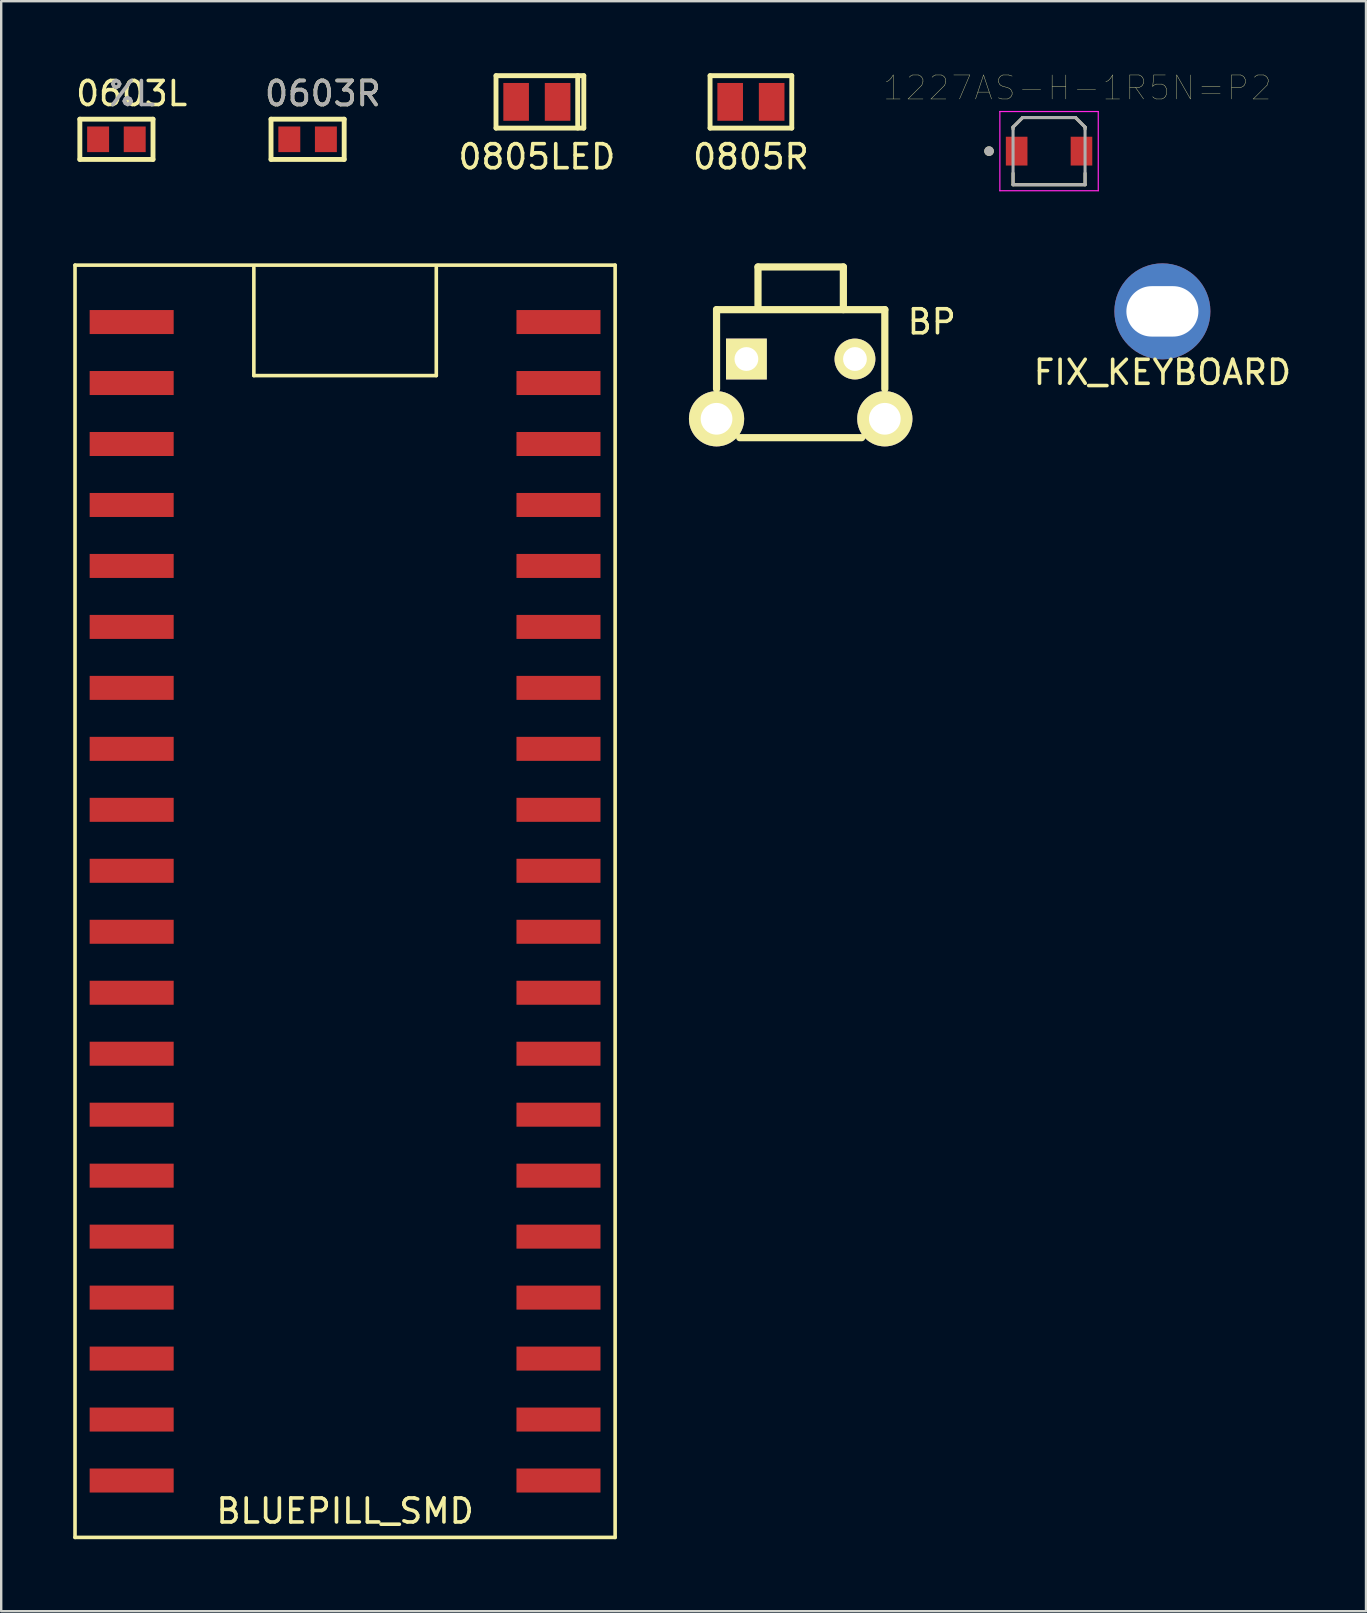
<source format=kicad_pcb>
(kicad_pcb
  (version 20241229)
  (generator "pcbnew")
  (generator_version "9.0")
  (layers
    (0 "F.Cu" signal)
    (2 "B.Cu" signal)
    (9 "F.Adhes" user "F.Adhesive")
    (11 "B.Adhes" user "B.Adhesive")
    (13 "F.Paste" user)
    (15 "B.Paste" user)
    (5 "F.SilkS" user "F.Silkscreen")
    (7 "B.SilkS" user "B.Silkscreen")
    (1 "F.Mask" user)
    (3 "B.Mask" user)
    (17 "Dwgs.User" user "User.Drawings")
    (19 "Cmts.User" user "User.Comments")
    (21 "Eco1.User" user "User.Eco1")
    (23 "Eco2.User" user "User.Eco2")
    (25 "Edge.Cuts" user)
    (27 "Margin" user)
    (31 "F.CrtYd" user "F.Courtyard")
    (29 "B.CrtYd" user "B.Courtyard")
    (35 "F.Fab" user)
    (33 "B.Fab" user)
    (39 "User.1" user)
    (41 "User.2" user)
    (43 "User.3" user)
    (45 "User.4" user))
  (footprint "BP"
    (layer "F.Cu")
    (at 30.305 13.151)
    (property "Reference" "BP" (at 5.461 -2.794 0) (layer "F.SilkS") (effects (font (size 1 1) (thickness 0.15))))
    (attr through_hole)
    (fp_line (start -3.505 -3.302) (end -3.505 0) (stroke (width 0.3) (type solid)) (layer "F.SilkS"))
    (fp_line (start -3.505 -3.302) (end 3.505 -3.302) (stroke (width 0.3) (type solid)) (layer "F.SilkS"))
    (fp_line (start -2.54 2.032) (end 2.54 2.032) (stroke (width 0.3) (type solid)) (layer "F.SilkS"))
    (fp_line (start -1.778 -5.08) (end -1.778 -3.327) (stroke (width 0.3) (type solid)) (layer "F.SilkS"))
    (fp_line (start -1.778 -5.08) (end 1.778 -5.08) (stroke (width 0.3) (type solid)) (layer "F.SilkS"))
    (fp_line (start 1.778 -5.08) (end 1.778 -3.302) (stroke (width 0.3) (type solid)) (layer "F.SilkS"))
    (fp_line (start 3.505 -3.302) (end 3.505 0) (stroke (width 0.3) (type solid)) (layer "F.SilkS"))
    (pad "1" thru_hole rect (at -2.261 -1.245) (size 1.7 1.7) (drill 0.991) (layers "*.Cu" "*.Mask" "F.SilkS"))
    (pad "2" thru_hole circle (at 2.261 -1.245) (size 1.7 1.7) (drill 0.991) (layers "*.Cu" "*.Mask" "F.SilkS"))
    (pad "3" thru_hole circle (at -3.505 1.245) (size 2.3 2.3) (drill 1.321) (layers "*.Cu" "*.Mask" "F.SilkS"))
    (pad "4" thru_hole circle (at 3.505 1.245) (size 2.3 2.3) (drill 1.321) (layers "*.Cu" "*.Mask" "F.SilkS")))
  (footprint "1227AS-H-1R5N=P2"
    (layer "F.Cu")
    (at 40.652 3.246)
    (property "Reference" "1227AS-H-1R5N=P2" (at 1.175 -2.635 0) (layer "F.SilkS") (effects (font (size 1 1) (thickness 0.015))))
    (attr through_hole)
    (fp_line (start -1.5 -1) (end -1.1 -1.4) (stroke (width 0.127) (type solid)) (layer "F.SilkS"))
    (fp_line (start -1.5 -0.92) (end -1.5 -1) (stroke (width 0.127) (type solid)) (layer "F.SilkS"))
    (fp_line (start -1.5 1.4) (end -1.5 0.92) (stroke (width 0.127) (type solid)) (layer "F.SilkS"))
    (fp_line (start -1.1 -1.4) (end 1.1 -1.4) (stroke (width 0.127) (type solid)) (layer "F.SilkS"))
    (fp_line (start 1.1 -1.4) (end 1.5 -1) (stroke (width 0.127) (type solid)) (layer "F.SilkS"))
    (fp_line (start 1.5 -1) (end 1.5 -0.92) (stroke (width 0.127) (type solid)) (layer "F.SilkS"))
    (fp_line (start 1.5 0.92) (end 1.5 1.4) (stroke (width 0.127) (type solid)) (layer "F.SilkS"))
    (fp_line (start 1.5 1.4) (end -1.5 1.4) (stroke (width 0.127) (type solid)) (layer "F.SilkS"))
    (fp_circle (center -2.5 0) (end -2.4 0) (stroke (width 0.2) (type solid)) (fill no) (layer "F.SilkS"))
    (fp_line (start -2.05 -1.65) (end 2.05 -1.65) (stroke (width 0.05) (type solid)) (layer "F.CrtYd"))
    (fp_line (start -2.05 1.65) (end -2.05 -1.65) (stroke (width 0.05) (type solid)) (layer "F.CrtYd"))
    (fp_line (start 2.05 -1.65) (end 2.05 1.65) (stroke (width 0.05) (type solid)) (layer "F.CrtYd"))
    (fp_line (start 2.05 1.65) (end -2.05 1.65) (stroke (width 0.05) (type solid)) (layer "F.CrtYd"))
    (fp_line (start -1.5 -1) (end -1.1 -1.4) (stroke (width 0.127) (type solid)) (layer "F.Fab"))
    (fp_line (start -1.5 1.4) (end -1.5 -1) (stroke (width 0.127) (type solid)) (layer "F.Fab"))
    (fp_line (start -1.1 -1.4) (end 1.1 -1.4) (stroke (width 0.127) (type solid)) (layer "F.Fab"))
    (fp_line (start 1.1 -1.4) (end 1.5 -1) (stroke (width 0.127) (type solid)) (layer "F.Fab"))
    (fp_line (start 1.5 -1) (end 1.5 1.4) (stroke (width 0.127) (type solid)) (layer "F.Fab"))
    (fp_line (start 1.5 1.4) (end -1.5 1.4) (stroke (width 0.127) (type solid)) (layer "F.Fab"))
    (fp_circle (center -2.5 0) (end -2.4 0) (stroke (width 0.2) (type solid)) (fill no) (layer "F.Fab"))
    (pad "1" smd rect (at -1.35 0) (size 0.9 1.2) (layers "F.Cu" "F.Mask" "F.Paste"))
    (pad "2" smd rect (at 1.35 0) (size 0.9 1.2) (layers "F.Cu" "F.Mask" "F.Paste")))
  (footprint "0805LED"
    (layer "F.Cu")
    (at 19.315 1.194)
    (property "Reference" "0805LED" (at 0 2.286 0) (layer "F.SilkS") (effects (font (size 1 1) (thickness 0.15))))
    (attr through_hole)
    (fp_line (start -1.702 -1.092) (end -1.702 1.092) (stroke (width 0.203) (type solid)) (layer "F.SilkS"))
    (fp_line (start -1.702 -1.092) (end 1.955 -1.092) (stroke (width 0.203) (type solid)) (layer "F.SilkS"))
    (fp_line (start -1.702 1.092) (end 1.955 1.092) (stroke (width 0.203) (type solid)) (layer "F.SilkS"))
    (fp_line (start 1.702 -1.092) (end 1.702 1.092) (stroke (width 0.203) (type solid)) (layer "F.SilkS"))
    (fp_line (start 1.955 -1.092) (end 1.955 1.092) (stroke (width 0.203) (type solid)) (layer "F.SilkS"))
    (pad "A" smd rect (at -0.864 0) (size 1.067 1.575) (layers "F.Cu" "F.Mask" "F.Paste"))
    (pad "K" smd rect (at 0.864 0) (size 1.067 1.575) (layers "F.Cu" "F.Mask" "F.Paste")))
  (footprint "BLUEPILL_SMD"
    (layer "F.Cu")
    (at 3.705 10.366)
    (property "Reference" "BLUEPILL_SMD" (at 7.62 49.53 0) (layer "F.SilkS") (effects (font (size 1 1) (thickness 0.15))))
    (attr through_hole)
    (fp_line (start -3.63 -2.37) (end 18.87 -2.37) (stroke (width 0.15) (type solid)) (layer "F.SilkS"))
    (fp_line (start -3.63 50.63) (end -3.63 -2.37) (stroke (width 0.15) (type solid)) (layer "F.SilkS"))
    (fp_line (start 3.82 -2.27) (end 3.82 2.23) (stroke (width 0.15) (type solid)) (layer "F.SilkS"))
    (fp_line (start 3.82 2.23) (end 11.42 2.23) (stroke (width 0.15) (type solid)) (layer "F.SilkS"))
    (fp_line (start 11.42 2.23) (end 11.42 -2.27) (stroke (width 0.15) (type solid)) (layer "F.SilkS"))
    (fp_line (start 18.87 -2.37) (end 18.87 50.63) (stroke (width 0.15) (type solid)) (layer "F.SilkS"))
    (fp_line (start 18.87 50.63) (end -3.63 50.63) (stroke (width 0.15) (type solid)) (layer "F.SilkS"))
    (pad "1" smd rect (at -1.27 0) (size 3.5 1) (layers "F.Cu" "F.Mask" "F.Paste"))
    (pad "2" smd rect (at -1.27 2.54) (size 3.5 1) (layers "F.Cu" "F.Mask" "F.Paste"))
    (pad "3" smd rect (at -1.27 5.08) (size 3.5 1) (layers "F.Cu" "F.Mask" "F.Paste"))
    (pad "4" smd rect (at -1.27 7.62) (size 3.5 1) (layers "F.Cu" "F.Mask" "F.Paste"))
    (pad "5" smd rect (at -1.27 10.16) (size 3.5 1) (layers "F.Cu" "F.Mask" "F.Paste"))
    (pad "6" smd rect (at -1.27 12.7) (size 3.5 1) (layers "F.Cu" "F.Mask" "F.Paste"))
    (pad "7" smd rect (at -1.27 15.24) (size 3.5 1) (layers "F.Cu" "F.Mask" "F.Paste"))
    (pad "8" smd rect (at -1.27 17.78) (size 3.5 1) (layers "F.Cu" "F.Mask" "F.Paste"))
    (pad "9" smd rect (at -1.27 20.32) (size 3.5 1) (layers "F.Cu" "F.Mask" "F.Paste"))
    (pad "10" smd rect (at -1.27 22.86) (size 3.5 1) (layers "F.Cu" "F.Mask" "F.Paste"))
    (pad "11" smd rect (at -1.27 25.4) (size 3.5 1) (layers "F.Cu" "F.Mask" "F.Paste"))
    (pad "12" smd rect (at -1.27 27.94) (size 3.5 1) (layers "F.Cu" "F.Mask" "F.Paste"))
    (pad "13" smd rect (at -1.27 30.48) (size 3.5 1) (layers "F.Cu" "F.Mask" "F.Paste"))
    (pad "14" smd rect (at -1.27 33.02) (size 3.5 1) (layers "F.Cu" "F.Mask" "F.Paste"))
    (pad "15" smd rect (at -1.27 35.56) (size 3.5 1) (layers "F.Cu" "F.Mask" "F.Paste"))
    (pad "16" smd rect (at -1.27 38.1) (size 3.5 1) (layers "F.Cu" "F.Mask" "F.Paste"))
    (pad "17" smd rect (at -1.27 40.64) (size 3.5 1) (layers "F.Cu" "F.Mask" "F.Paste"))
    (pad "18" smd rect (at -1.27 43.18) (size 3.5 1) (layers "F.Cu" "F.Mask" "F.Paste"))
    (pad "19" smd rect (at -1.27 45.72) (size 3.5 1) (layers "F.Cu" "F.Mask" "F.Paste"))
    (pad "20" smd rect (at -1.27 48.26) (size 3.5 1) (layers "F.Cu" "F.Mask" "F.Paste"))
    (pad "21" smd rect (at 16.51 48.26) (size 3.5 1) (layers "F.Cu" "F.Mask" "F.Paste"))
    (pad "22" smd rect (at 16.51 45.72) (size 3.5 1) (layers "F.Cu" "F.Mask" "F.Paste"))
    (pad "23" smd rect (at 16.51 43.18) (size 3.5 1) (layers "F.Cu" "F.Mask" "F.Paste"))
    (pad "24" smd rect (at 16.51 40.64) (size 3.5 1) (layers "F.Cu" "F.Mask" "F.Paste"))
    (pad "25" smd rect (at 16.51 38.1) (size 3.5 1) (layers "F.Cu" "F.Mask" "F.Paste"))
    (pad "26" smd rect (at 16.51 35.56) (size 3.5 1) (layers "F.Cu" "F.Mask" "F.Paste"))
    (pad "27" smd rect (at 16.51 33.02) (size 3.5 1) (layers "F.Cu" "F.Mask" "F.Paste"))
    (pad "28" smd rect (at 16.51 30.48) (size 3.5 1) (layers "F.Cu" "F.Mask" "F.Paste"))
    (pad "29" smd rect (at 16.51 27.94) (size 3.5 1) (layers "F.Cu" "F.Mask" "F.Paste"))
    (pad "30" smd rect (at 16.51 25.4) (size 3.5 1) (layers "F.Cu" "F.Mask" "F.Paste"))
    (pad "31" smd rect (at 16.51 22.86) (size 3.5 1) (layers "F.Cu" "F.Mask" "F.Paste"))
    (pad "32" smd rect (at 16.51 20.32) (size 3.5 1) (layers "F.Cu" "F.Mask" "F.Paste"))
    (pad "33" smd rect (at 16.51 17.78) (size 3.5 1) (layers "F.Cu" "F.Mask" "F.Paste"))
    (pad "34" smd rect (at 16.51 15.24) (size 3.5 1) (layers "F.Cu" "F.Mask" "F.Paste"))
    (pad "35" smd rect (at 16.51 12.7) (size 3.5 1) (layers "F.Cu" "F.Mask" "F.Paste"))
    (pad "36" smd rect (at 16.51 10.16) (size 3.5 1) (layers "F.Cu" "F.Mask" "F.Paste"))
    (pad "37" smd rect (at 16.51 7.62) (size 3.5 1) (layers "F.Cu" "F.Mask" "F.Paste"))
    (pad "38" smd rect (at 16.51 5.08) (size 3.5 1) (layers "F.Cu" "F.Mask" "F.Paste"))
    (pad "39" smd rect (at 16.51 2.54) (size 3.5 1) (layers "F.Cu" "F.Mask" "F.Paste"))
    (pad "40" smd rect (at 16.51 0) (size 3.5 1) (layers "F.Cu" "F.Mask" "F.Paste")))
  (footprint "0603L"
    (layer "F.Cu")
    (at 1.8 2.753)
    (property "Reference" "0603L" (at 0.635 -1.905 0) (layer "F.SilkS") (effects (font (size 1 1) (thickness 0.15))))
    (attr smd)
    (fp_line (start -1.524 -0.838) (end -1.524 0.838) (stroke (width 0.203) (type solid)) (layer "F.SilkS"))
    (fp_line (start -1.524 -0.838) (end 1.524 -0.838) (stroke (width 0.203) (type solid)) (layer "F.SilkS"))
    (fp_line (start -1.524 0.838) (end 1.524 0.838) (stroke (width 0.203) (type solid)) (layer "F.SilkS"))
    (fp_line (start 1.524 -0.838) (end 1.524 0.838) (stroke (width 0.203) (type solid)) (layer "F.SilkS"))
    (fp_text user "%L" (at 0.635 -1.905 0) (layer "F.Fab") (effects (font (size 1 1) (thickness 0.15))))
    (pad "1" smd rect (at -0.762 0) (size 0.914 1.067) (layers "F.Cu" "F.Mask" "F.Paste"))
    (pad "2" smd rect (at 0.762 0) (size 0.914 1.067) (layers "F.Cu" "F.Mask" "F.Paste")))
  (footprint "FIX_KEYBOARD"
    (layer "F.Cu")
    (at 45.373 9.921)
    (property "Reference" "FIX_KEYBOARD" (at 0 2.54 0) (layer "F.SilkS") (effects (font (size 1 1) (thickness 0.15))))
    (attr through_hole)
    (pad "1" thru_hole circle (at 0 0) (size 4 4) (drill oval 3 2.1) (layers "*.Cu" "*.Mask")))
  (footprint "0805R"
    (layer "F.Cu")
    (at 28.232 1.194)
    (property "Reference" "0805R" (at 0 2.286 0) (layer "F.SilkS") (effects (font (size 1 1) (thickness 0.15))))
    (attr through_hole)
    (fp_line (start -1.702 -1.092) (end -1.702 1.092) (stroke (width 0.203) (type solid)) (layer "F.SilkS"))
    (fp_line (start -1.702 -1.092) (end 1.702 -1.092) (stroke (width 0.203) (type solid)) (layer "F.SilkS"))
    (fp_line (start -1.702 1.092) (end 1.702 1.092) (stroke (width 0.203) (type solid)) (layer "F.SilkS"))
    (fp_line (start 1.702 -1.092) (end 1.702 1.092) (stroke (width 0.203) (type solid)) (layer "F.SilkS"))
    (pad "1" smd rect (at -0.864 0) (size 1.067 1.575) (layers "F.Cu" "F.Mask" "F.Paste"))
    (pad "2" smd rect (at 0.864 0) (size 1.067 1.575) (layers "F.Cu" "F.Mask" "F.Paste")))
  (footprint "0603R"
    (layer "F.Cu")
    (at 9.764 2.753)
    (property "Reference" "0603R" (at 0.635 -1.905 0) (layer "F.SilkS") (effects (font (size 1 1) (thickness 0.15))))
    (attr smd)
    (fp_line (start -1.524 -0.838) (end -1.524 0.838) (stroke (width 0.203) (type solid)) (layer "F.SilkS"))
    (fp_line (start -1.524 -0.838) (end 1.524 -0.838) (stroke (width 0.203) (type solid)) (layer "F.SilkS"))
    (fp_line (start -1.524 0.838) (end 1.524 0.838) (stroke (width 0.203) (type solid)) (layer "F.SilkS"))
    (fp_line (start 1.524 -0.838) (end 1.524 0.838) (stroke (width 0.203) (type solid)) (layer "F.SilkS"))
    (fp_text user "${REFERENCE}" (at 0.635 -1.905 0) (layer "F.Fab") (effects (font (size 1 1) (thickness 0.15))))
    (pad "1" smd rect (at -0.762 0) (size 0.914 1.067) (layers "F.Cu" "F.Mask" "F.Paste"))
    (pad "2" smd rect (at 0.762 0) (size 0.914 1.067) (layers "F.Cu" "F.Mask" "F.Paste")))
  (gr_rect
    (start -3 -3)
    (end 53.855 64.071)
    (stroke (width 0.1) (type default))
    (fill no)
    (layer "Edge.Cuts")))
</source>
